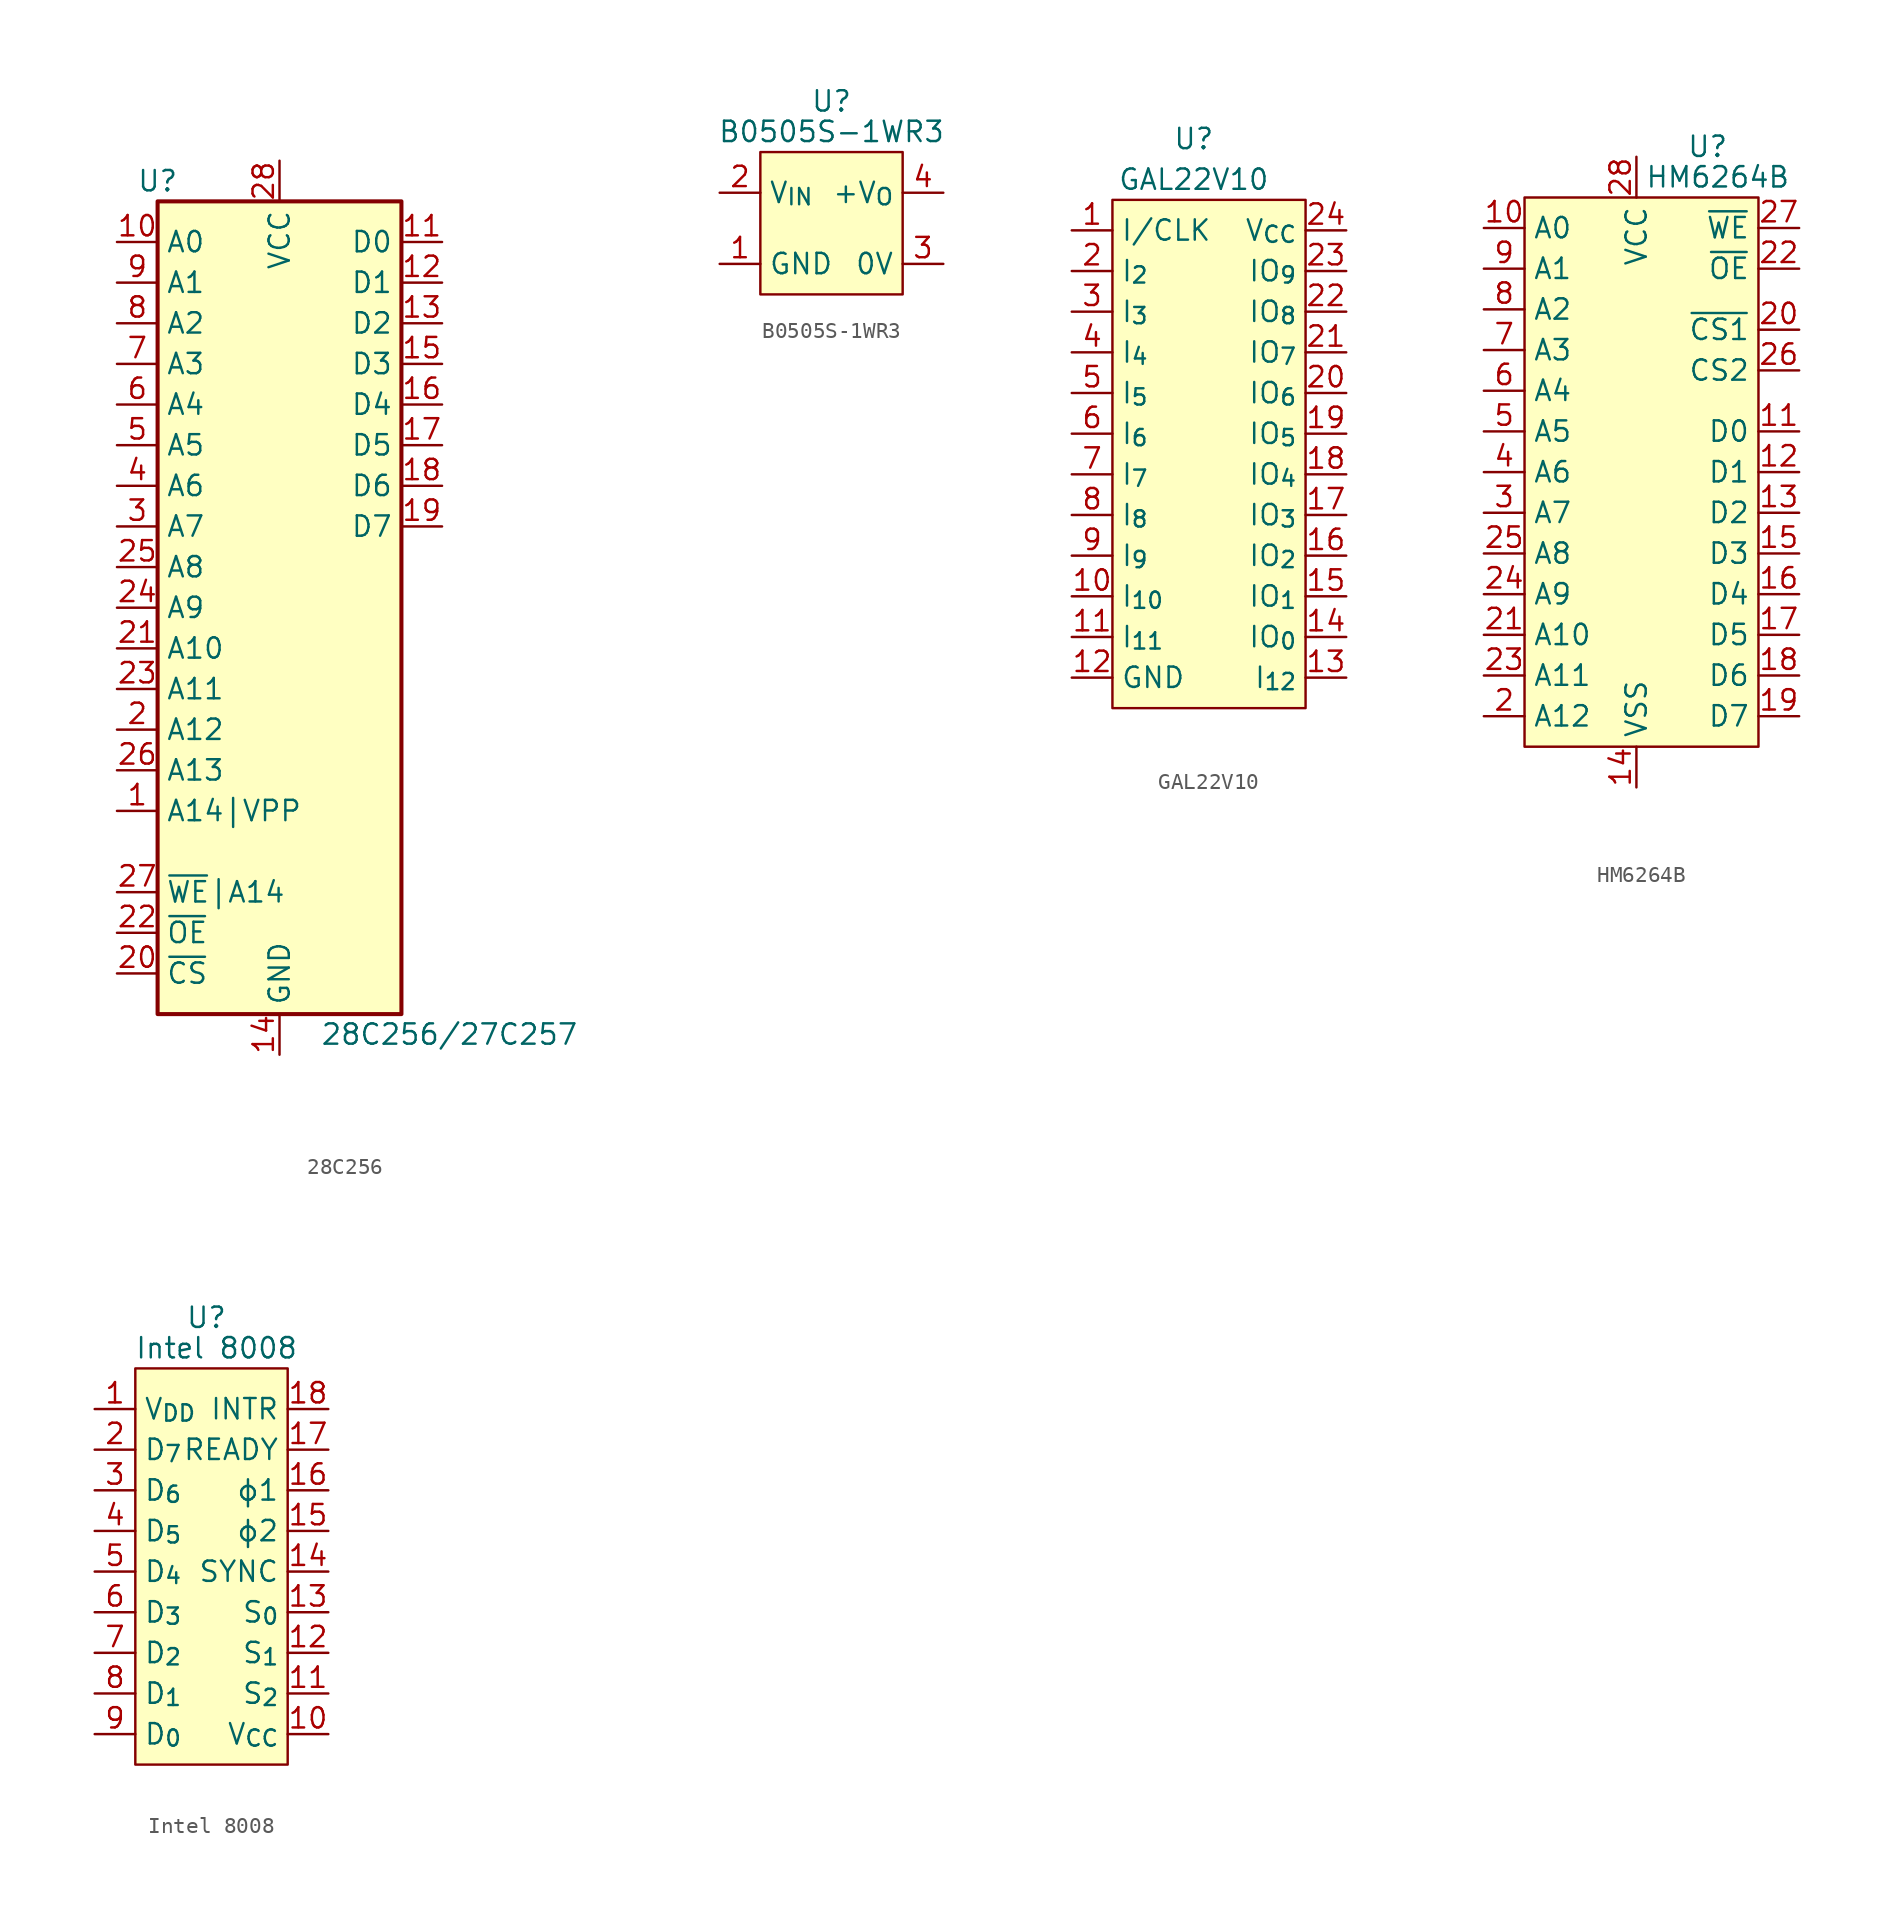
<source format=kicad_sym>
(kicad_symbol_lib
  (version 20241209)
  (generator "kicad_symbol_editor")
  (generator_version "9.0")
  (symbol "28C256"
    (property "Reference" "U"
      (at -7.62 26.67 0)
      (effects (font (size 1.27 1.27))))
    (property "Value" "28C256/27C257"
      (at 2.54 -26.67 0)
      (effects (font (size 1.27 1.27)) (justify left)))
    (symbol "28C256_1_1"
      (rectangle (start -7.62 25.4) (end 7.62 -25.4) (stroke (width 0.254) (type default)) (fill (type background)))
      (pin input line (at -10.16 22.86 0) (length 2.54) (name "A0" (effects (font (size 1.27 1.27)))) (number "10" (effects (font (size 1.27 1.27)))))
      (pin input line (at -10.16 20.32 0) (length 2.54) (name "A1" (effects (font (size 1.27 1.27)))) (number "9" (effects (font (size 1.27 1.27)))))
      (pin input line (at -10.16 17.78 0) (length 2.54) (name "A2" (effects (font (size 1.27 1.27)))) (number "8" (effects (font (size 1.27 1.27)))))
      (pin input line (at -10.16 15.24 0) (length 2.54) (name "A3" (effects (font (size 1.27 1.27)))) (number "7" (effects (font (size 1.27 1.27)))))
      (pin input line (at -10.16 12.7 0) (length 2.54) (name "A4" (effects (font (size 1.27 1.27)))) (number "6" (effects (font (size 1.27 1.27)))))
      (pin input line (at -10.16 10.16 0) (length 2.54) (name "A5" (effects (font (size 1.27 1.27)))) (number "5" (effects (font (size 1.27 1.27)))))
      (pin input line (at -10.16 7.62 0) (length 2.54) (name "A6" (effects (font (size 1.27 1.27)))) (number "4" (effects (font (size 1.27 1.27)))))
      (pin input line (at -10.16 5.08 0) (length 2.54) (name "A7" (effects (font (size 1.27 1.27)))) (number "3" (effects (font (size 1.27 1.27)))))
      (pin input line (at -10.16 2.54 0) (length 2.54) (name "A8" (effects (font (size 1.27 1.27)))) (number "25" (effects (font (size 1.27 1.27)))))
      (pin input line (at -10.16 0 0) (length 2.54) (name "A9" (effects (font (size 1.27 1.27)))) (number "24" (effects (font (size 1.27 1.27)))))
      (pin input line (at -10.16 -2.54 0) (length 2.54) (name "A10" (effects (font (size 1.27 1.27)))) (number "21" (effects (font (size 1.27 1.27)))))
      (pin input line (at -10.16 -5.08 0) (length 2.54) (name "A11" (effects (font (size 1.27 1.27)))) (number "23" (effects (font (size 1.27 1.27)))))
      (pin input line (at -10.16 -7.62 0) (length 2.54) (name "A12" (effects (font (size 1.27 1.27)))) (number "2" (effects (font (size 1.27 1.27)))))
      (pin input line (at -10.16 -10.16 0) (length 2.54) (name "A13" (effects (font (size 1.27 1.27)))) (number "26" (effects (font (size 1.27 1.27)))))
      (pin input line (at -10.16 -12.7 0) (length 2.54) (name "A14|VPP" (effects (font (size 1.27 1.27)))) (number "1" (effects (font (size 1.27 1.27)))))
      (pin input line (at -10.16 -17.78 0) (length 2.54) (name "~{WE}|A14" (effects (font (size 1.27 1.27)))) (number "27" (effects (font (size 1.27 1.27)))))
      (pin input line (at -10.16 -20.32 0) (length 2.54) (name "~{OE}" (effects (font (size 1.27 1.27)))) (number "22" (effects (font (size 1.27 1.27)))))
      (pin input line (at -10.16 -22.86 0) (length 2.54) (name "~{CS}" (effects (font (size 1.27 1.27)))) (number "20" (effects (font (size 1.27 1.27)))))
      (pin power_in line (at 0 27.94 270) (length 2.54) (name "VCC" (effects (font (size 1.27 1.27)))) (number "28" (effects (font (size 1.27 1.27)))))
      (pin power_in line (at 0 -27.94 90) (length 2.54) (name "GND" (effects (font (size 1.27 1.27)))) (number "14" (effects (font (size 1.27 1.27)))))
      (pin tri_state line (at 10.16 22.86 180) (length 2.54) (name "D0" (effects (font (size 1.27 1.27)))) (number "11" (effects (font (size 1.27 1.27)))))
      (pin tri_state line (at 10.16 20.32 180) (length 2.54) (name "D1" (effects (font (size 1.27 1.27)))) (number "12" (effects (font (size 1.27 1.27)))))
      (pin tri_state line (at 10.16 17.78 180) (length 2.54) (name "D2" (effects (font (size 1.27 1.27)))) (number "13" (effects (font (size 1.27 1.27)))))
      (pin tri_state line (at 10.16 15.24 180) (length 2.54) (name "D3" (effects (font (size 1.27 1.27)))) (number "15" (effects (font (size 1.27 1.27)))))
      (pin tri_state line (at 10.16 12.7 180) (length 2.54) (name "D4" (effects (font (size 1.27 1.27)))) (number "16" (effects (font (size 1.27 1.27)))))
      (pin tri_state line (at 10.16 10.16 180) (length 2.54) (name "D5" (effects (font (size 1.27 1.27)))) (number "17" (effects (font (size 1.27 1.27)))))
      (pin tri_state line (at 10.16 7.62 180) (length 2.54) (name "D6" (effects (font (size 1.27 1.27)))) (number "18" (effects (font (size 1.27 1.27)))))
      (pin tri_state line (at 10.16 5.08 180) (length 2.54) (name "D7" (effects (font (size 1.27 1.27)))) (number "19" (effects (font (size 1.27 1.27)))))))
  (symbol "B0505S-1WR3"
    (property "Reference" "U"
      (at 6.985 5.715 0)
      (effects (font (size 1.27 1.27))))
    (property "Value" "B0505S-1WR3"
      (at 6.985 3.81 0)
      (effects (font (size 1.27 1.27))))
    (symbol "B0505S-1WR3_1_1"
      (rectangle (start 2.54 2.54) (end 11.43 -6.35) (stroke (width 0) (type default)) (fill (type background)))
      (pin power_in line (at 0 0 0) (length 2.54) (name "V_{IN}" (effects (font (size 1.27 1.27)))) (number "2" (effects (font (size 1.27 1.27)))))
      (pin power_in line (at 0 -4.445 0) (length 2.54) (name "GND" (effects (font (size 1.27 1.27)))) (number "1" (effects (font (size 1.27 1.27)))))
      (pin power_out line (at 13.97 0 180) (length 2.54) (name "+V_{O}" (effects (font (size 1.27 1.27)))) (number "4" (effects (font (size 1.27 1.27)))))
      (pin power_out line (at 13.97 -4.445 180) (length 2.54) (name "0V" (effects (font (size 1.27 1.27)))) (number "3" (effects (font (size 1.27 1.27)))))))
  (symbol "GAL22V10"
    (property "Reference" "U"
      (at 7.62 5.715 0)
      (effects (font (size 1.27 1.27))))
    (property "Value" "GAL22V10"
      (at 7.62 3.175 0)
      (effects (font (size 1.27 1.27))))
    (symbol "GAL22V10_1_1"
      (rectangle (start 2.54 1.905) (end 14.605 -29.845) (stroke (width 0) (type default)) (fill (type background)))
      (pin input line (at 0 0 0) (length 2.54) (name "I/CLK" (effects (font (size 1.27 1.27)))) (number "1" (effects (font (size 1.27 1.27)))))
      (pin input line (at 0 -2.54 0) (length 2.54) (name "I_{2}" (effects (font (size 1.27 1.27)))) (number "2" (effects (font (size 1.27 1.27)))))
      (pin input line (at 0 -5.08 0) (length 2.54) (name "I_{3}" (effects (font (size 1.27 1.27)))) (number "3" (effects (font (size 1.27 1.27)))))
      (pin input line (at 0 -7.62 0) (length 2.54) (name "I_{4}" (effects (font (size 1.27 1.27)))) (number "4" (effects (font (size 1.27 1.27)))))
      (pin input line (at 0 -10.16 0) (length 2.54) (name "I_{5}" (effects (font (size 1.27 1.27)))) (number "5" (effects (font (size 1.27 1.27)))))
      (pin input line (at 0 -12.7 0) (length 2.54) (name "I_{6}" (effects (font (size 1.27 1.27)))) (number "6" (effects (font (size 1.27 1.27)))))
      (pin input line (at 0 -15.24 0) (length 2.54) (name "I_{7}" (effects (font (size 1.27 1.27)))) (number "7" (effects (font (size 1.27 1.27)))))
      (pin input line (at 0 -17.78 0) (length 2.54) (name "I_{8}" (effects (font (size 1.27 1.27)))) (number "8" (effects (font (size 1.27 1.27)))))
      (pin input line (at 0 -20.32 0) (length 2.54) (name "I_{9}" (effects (font (size 1.27 1.27)))) (number "9" (effects (font (size 1.27 1.27)))))
      (pin input line (at 0 -22.86 0) (length 2.54) (name "I_{10}" (effects (font (size 1.27 1.27)))) (number "10" (effects (font (size 1.27 1.27)))))
      (pin input line (at 0 -25.4 0) (length 2.54) (name "I_{11}" (effects (font (size 1.27 1.27)))) (number "11" (effects (font (size 1.27 1.27)))))
      (pin power_in line (at 0 -27.94 0) (length 2.54) (name "GND" (effects (font (size 1.27 1.27)))) (number "12" (effects (font (size 1.27 1.27)))))
      (pin power_in line (at 17.145 0 180) (length 2.54) (name "V_{CC}" (effects (font (size 1.27 1.27)))) (number "24" (effects (font (size 1.27 1.27)))))
      (pin tri_state line (at 17.145 -2.54 180) (length 2.54) (name "IO_{9}" (effects (font (size 1.27 1.27)))) (number "23" (effects (font (size 1.27 1.27)))))
      (pin tri_state line (at 17.145 -5.08 180) (length 2.54) (name "IO_{8}" (effects (font (size 1.27 1.27)))) (number "22" (effects (font (size 1.27 1.27)))))
      (pin tri_state line (at 17.145 -7.62 180) (length 2.54) (name "IO_{7}" (effects (font (size 1.27 1.27)))) (number "21" (effects (font (size 1.27 1.27)))))
      (pin tri_state line (at 17.145 -10.16 180) (length 2.54) (name "IO_{6}" (effects (font (size 1.27 1.27)))) (number "20" (effects (font (size 1.27 1.27)))))
      (pin tri_state line (at 17.145 -12.7 180) (length 2.54) (name "IO_{5}" (effects (font (size 1.27 1.27)))) (number "19" (effects (font (size 1.27 1.27)))))
      (pin tri_state line (at 17.145 -15.24 180) (length 2.54) (name "IO_{4}" (effects (font (size 1.27 1.27)))) (number "18" (effects (font (size 1.27 1.27)))))
      (pin tri_state line (at 17.145 -17.78 180) (length 2.54) (name "IO_{3}" (effects (font (size 1.27 1.27)))) (number "17" (effects (font (size 1.27 1.27)))))
      (pin tri_state line (at 17.145 -20.32 180) (length 2.54) (name "IO_{2}" (effects (font (size 1.27 1.27)))) (number "16" (effects (font (size 1.27 1.27)))))
      (pin tri_state line (at 17.145 -22.86 180) (length 2.54) (name "IO_{1}" (effects (font (size 1.27 1.27)))) (number "15" (effects (font (size 1.27 1.27)))))
      (pin tri_state line (at 17.145 -25.4 180) (length 2.54) (name "IO_{0}" (effects (font (size 1.27 1.27)))) (number "14" (effects (font (size 1.27 1.27)))))
      (pin input line (at 17.145 -27.94 180) (length 2.54) (name "I_{12}" (effects (font (size 1.27 1.27)))) (number "13" (effects (font (size 1.27 1.27)))))))
  (symbol "HM6264B"
    (property "Reference" "U"
      (at 15.24 5.08 0)
      (effects (font (size 1.27 1.27))))
    (property "Value" "HM6264B"
      (at 15.875 3.175 0)
      (effects (font (size 1.27 1.27))))
    (symbol "HM6264B_1_1"
      (rectangle (start 3.81 1.905) (end 18.415 -32.385) (stroke (width 0) (type default)) (fill (type background)))
      (pin input line (at 1.27 0 0) (length 2.54) (name "A0" (effects (font (size 1.27 1.27)))) (number "10" (effects (font (size 1.27 1.27)))))
      (pin input line (at 1.27 -2.54 0) (length 2.54) (name "A1" (effects (font (size 1.27 1.27)))) (number "9" (effects (font (size 1.27 1.27)))))
      (pin input line (at 1.27 -5.08 0) (length 2.54) (name "A2" (effects (font (size 1.27 1.27)))) (number "8" (effects (font (size 1.27 1.27)))))
      (pin input line (at 1.27 -7.62 0) (length 2.54) (name "A3" (effects (font (size 1.27 1.27)))) (number "7" (effects (font (size 1.27 1.27)))))
      (pin input line (at 1.27 -10.16 0) (length 2.54) (name "A4" (effects (font (size 1.27 1.27)))) (number "6" (effects (font (size 1.27 1.27)))))
      (pin input line (at 1.27 -12.7 0) (length 2.54) (name "A5" (effects (font (size 1.27 1.27)))) (number "5" (effects (font (size 1.27 1.27)))))
      (pin input line (at 1.27 -15.24 0) (length 2.54) (name "A6" (effects (font (size 1.27 1.27)))) (number "4" (effects (font (size 1.27 1.27)))))
      (pin input line (at 1.27 -17.78 0) (length 2.54) (name "A7" (effects (font (size 1.27 1.27)))) (number "3" (effects (font (size 1.27 1.27)))))
      (pin input line (at 1.27 -20.32 0) (length 2.54) (name "A8" (effects (font (size 1.27 1.27)))) (number "25" (effects (font (size 1.27 1.27)))))
      (pin input line (at 1.27 -22.86 0) (length 2.54) (name "A9" (effects (font (size 1.27 1.27)))) (number "24" (effects (font (size 1.27 1.27)))))
      (pin input line (at 1.27 -25.4 0) (length 2.54) (name "A10" (effects (font (size 1.27 1.27)))) (number "21" (effects (font (size 1.27 1.27)))))
      (pin input line (at 1.27 -27.94 0) (length 2.54) (name "A11" (effects (font (size 1.27 1.27)))) (number "23" (effects (font (size 1.27 1.27)))))
      (pin input line (at 1.27 -30.48 0) (length 2.54) (name "A12" (effects (font (size 1.27 1.27)))) (number "2" (effects (font (size 1.27 1.27)))))
      (pin power_in line (at 10.795 4.445 270) (length 2.54) (name "VCC" (effects (font (size 1.27 1.27)))) (number "28" (effects (font (size 1.27 1.27)))))
      (pin power_in line (at 10.795 -34.925 90) (length 2.54) (name "VSS" (effects (font (size 1.27 1.27)))) (number "14" (effects (font (size 1.27 1.27)))))
      (pin no_connect line (at 12.065 -34.925 90) (length 2.54) (hide yes) (name "NC" (effects (font (size 1.27 1.27)))) (number "1" (effects (font (size 1.27 1.27)))))
      (pin input line (at 20.955 0 180) (length 2.54) (name "~{WE}" (effects (font (size 1.27 1.27)))) (number "27" (effects (font (size 1.27 1.27)))))
      (pin input line (at 20.955 -2.54 180) (length 2.54) (name "~{OE}" (effects (font (size 1.27 1.27)))) (number "22" (effects (font (size 1.27 1.27)))))
      (pin input line (at 20.955 -6.35 180) (length 2.54) (name "~{CS1}" (effects (font (size 1.27 1.27)))) (number "20" (effects (font (size 1.27 1.27)))))
      (pin input line (at 20.955 -8.89 180) (length 2.54) (name "CS2" (effects (font (size 1.27 1.27)))) (number "26" (effects (font (size 1.27 1.27)))))
      (pin bidirectional line (at 20.955 -12.7 180) (length 2.54) (name "D0" (effects (font (size 1.27 1.27)))) (number "11" (effects (font (size 1.27 1.27)))))
      (pin bidirectional line (at 20.955 -15.24 180) (length 2.54) (name "D1" (effects (font (size 1.27 1.27)))) (number "12" (effects (font (size 1.27 1.27)))))
      (pin bidirectional line (at 20.955 -17.78 180) (length 2.54) (name "D2" (effects (font (size 1.27 1.27)))) (number "13" (effects (font (size 1.27 1.27)))))
      (pin bidirectional line (at 20.955 -20.32 180) (length 2.54) (name "D3" (effects (font (size 1.27 1.27)))) (number "15" (effects (font (size 1.27 1.27)))))
      (pin bidirectional line (at 20.955 -22.86 180) (length 2.54) (name "D4" (effects (font (size 1.27 1.27)))) (number "16" (effects (font (size 1.27 1.27)))))
      (pin bidirectional line (at 20.955 -25.4 180) (length 2.54) (name "D5" (effects (font (size 1.27 1.27)))) (number "17" (effects (font (size 1.27 1.27)))))
      (pin bidirectional line (at 20.955 -27.94 180) (length 2.54) (name "D6" (effects (font (size 1.27 1.27)))) (number "18" (effects (font (size 1.27 1.27)))))
      (pin bidirectional line (at 20.955 -30.48 180) (length 2.54) (name "D7" (effects (font (size 1.27 1.27)))) (number "19" (effects (font (size 1.27 1.27)))))))
  (symbol "Intel 8008"
    (property "Reference" "U"
      (at 6.985 5.715 0)
      (effects (font (size 1.27 1.27))))
    (property "Value" "Intel 8008"
      (at 7.62 3.81 0)
      (effects (font (size 1.27 1.27))))
    (symbol "Intel 8008_1_1"
      (rectangle (start 2.54 2.54) (end 12.065 -22.225) (stroke (width 0) (type default)) (fill (type background)))
      (pin power_in line (at 0 0 0) (length 2.54) (name "V_{DD}" (effects (font (size 1.27 1.27)))) (number "1" (effects (font (size 1.27 1.27)))))
      (pin bidirectional line (at 0 -2.54 0) (length 2.54) (name "D_{7}" (effects (font (size 1.27 1.27)))) (number "2" (effects (font (size 1.27 1.27)))))
      (pin bidirectional line (at 0 -5.08 0) (length 2.54) (name "D_{6}" (effects (font (size 1.27 1.27)))) (number "3" (effects (font (size 1.27 1.27)))))
      (pin bidirectional line (at 0 -7.62 0) (length 2.54) (name "D_{5}" (effects (font (size 1.27 1.27)))) (number "4" (effects (font (size 1.27 1.27)))))
      (pin bidirectional line (at 0 -10.16 0) (length 2.54) (name "D_{4}" (effects (font (size 1.27 1.27)))) (number "5" (effects (font (size 1.27 1.27)))))
      (pin bidirectional line (at 0 -12.7 0) (length 2.54) (name "D_{3}" (effects (font (size 1.27 1.27)))) (number "6" (effects (font (size 1.27 1.27)))))
      (pin bidirectional line (at 0 -15.24 0) (length 2.54) (name "D_{2}" (effects (font (size 1.27 1.27)))) (number "7" (effects (font (size 1.27 1.27)))))
      (pin bidirectional line (at 0 -17.78 0) (length 2.54) (name "D_{1}" (effects (font (size 1.27 1.27)))) (number "8" (effects (font (size 1.27 1.27)))))
      (pin bidirectional line (at 0 -20.32 0) (length 2.54) (name "D_{0}" (effects (font (size 1.27 1.27)))) (number "9" (effects (font (size 1.27 1.27)))))
      (pin input line (at 14.605 0 180) (length 2.54) (name "INTR" (effects (font (size 1.27 1.27)))) (number "18" (effects (font (size 1.27 1.27)))))
      (pin input line (at 14.605 -2.54 180) (length 2.54) (name "READY" (effects (font (size 1.27 1.27)))) (number "17" (effects (font (size 1.27 1.27)))))
      (pin input line (at 14.605 -5.08 180) (length 2.54) (name "ϕ1" (effects (font (size 1.27 1.27)))) (number "16" (effects (font (size 1.27 1.27)))))
      (pin input line (at 14.605 -7.62 180) (length 2.54) (name "ϕ2" (effects (font (size 1.27 1.27)))) (number "15" (effects (font (size 1.27 1.27)))))
      (pin output line (at 14.605 -10.16 180) (length 2.54) (name "SYNC" (effects (font (size 1.27 1.27)))) (number "14" (effects (font (size 1.27 1.27)))))
      (pin output line (at 14.605 -12.7 180) (length 2.54) (name "S_{0}" (effects (font (size 1.27 1.27)))) (number "13" (effects (font (size 1.27 1.27)))))
      (pin output line (at 14.605 -15.24 180) (length 2.54) (name "S_{1}" (effects (font (size 1.27 1.27)))) (number "12" (effects (font (size 1.27 1.27)))))
      (pin output line (at 14.605 -17.78 180) (length 2.54) (name "S_{2}" (effects (font (size 1.27 1.27)))) (number "11" (effects (font (size 1.27 1.27)))))
      (pin power_in line (at 14.605 -20.32 180) (length 2.54) (name "V_{CC}" (effects (font (size 1.27 1.27)))) (number "10" (effects (font (size 1.27 1.27))))))))
</source>
